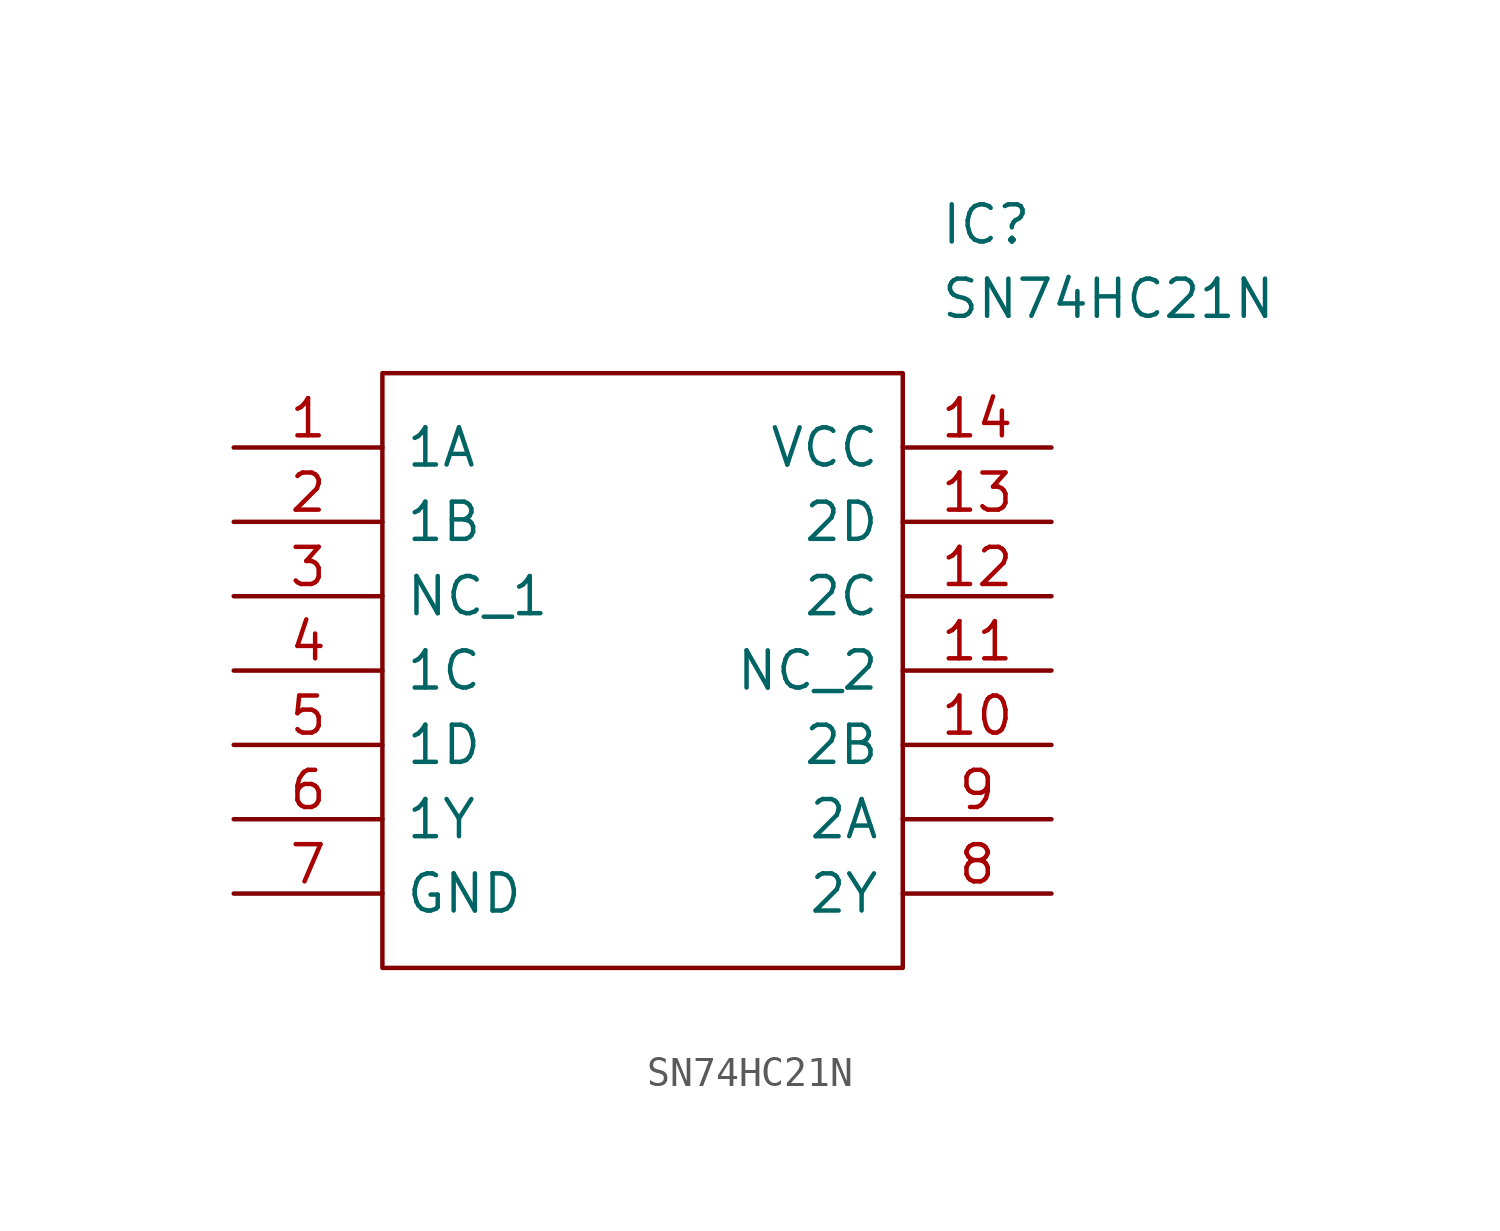
<source format=kicad_sym>
(kicad_symbol_lib
  (version 20211014)
  (generator kicad_symbol_editor)
  (symbol "SN74HC21N"
    (pin_names
      (offset 0.762))
    (property "Reference" "IC"
      (at 24.13 7.62 0)
      (effects (font (size 1.27 1.27)) (justify left)))
    (property "Value" "SN74HC21N"
      (at 24.13 5.08 0)
      (effects (font (size 1.27 1.27)) (justify left)))
    (symbol "SN74HC21N_0_0"
      (pin passive line (at 0 0 0) (length 5.08) (name "1A" (effects (font (size 1.27 1.27)))) (number "1" (effects (font (size 1.27 1.27)))))
      (pin passive line (at 27.94 -10.16 180) (length 5.08) (name "2B" (effects (font (size 1.27 1.27)))) (number "10" (effects (font (size 1.27 1.27)))))
      (pin passive line (at 27.94 -7.62 180) (length 5.08) (name "NC_2" (effects (font (size 1.27 1.27)))) (number "11" (effects (font (size 1.27 1.27)))))
      (pin passive line (at 27.94 -5.08 180) (length 5.08) (name "2C" (effects (font (size 1.27 1.27)))) (number "12" (effects (font (size 1.27 1.27)))))
      (pin passive line (at 27.94 -2.54 180) (length 5.08) (name "2D" (effects (font (size 1.27 1.27)))) (number "13" (effects (font (size 1.27 1.27)))))
      (pin passive line (at 27.94 0 180) (length 5.08) (name "VCC" (effects (font (size 1.27 1.27)))) (number "14" (effects (font (size 1.27 1.27)))))
      (pin passive line (at 0 -2.54 0) (length 5.08) (name "1B" (effects (font (size 1.27 1.27)))) (number "2" (effects (font (size 1.27 1.27)))))
      (pin passive line (at 0 -5.08 0) (length 5.08) (name "NC_1" (effects (font (size 1.27 1.27)))) (number "3" (effects (font (size 1.27 1.27)))))
      (pin passive line (at 0 -7.62 0) (length 5.08) (name "1C" (effects (font (size 1.27 1.27)))) (number "4" (effects (font (size 1.27 1.27)))))
      (pin passive line (at 0 -10.16 0) (length 5.08) (name "1D" (effects (font (size 1.27 1.27)))) (number "5" (effects (font (size 1.27 1.27)))))
      (pin passive line (at 0 -12.7 0) (length 5.08) (name "1Y" (effects (font (size 1.27 1.27)))) (number "6" (effects (font (size 1.27 1.27)))))
      (pin passive line (at 0 -15.24 0) (length 5.08) (name "GND" (effects (font (size 1.27 1.27)))) (number "7" (effects (font (size 1.27 1.27)))))
      (pin passive line (at 27.94 -15.24 180) (length 5.08) (name "2Y" (effects (font (size 1.27 1.27)))) (number "8" (effects (font (size 1.27 1.27)))))
      (pin passive line (at 27.94 -12.7 180) (length 5.08) (name "2A" (effects (font (size 1.27 1.27)))) (number "9" (effects (font (size 1.27 1.27))))))
    (symbol "SN74HC21N_0_1"
      (polyline (pts (xy 5.08 2.54) (xy 22.86 2.54) (xy 22.86 -17.78) (xy 5.08 -17.78) (xy 5.08 2.54)) (stroke (width 0.152) (type default) (color 0 0 0 0)) (fill (type none))))))
</source>
